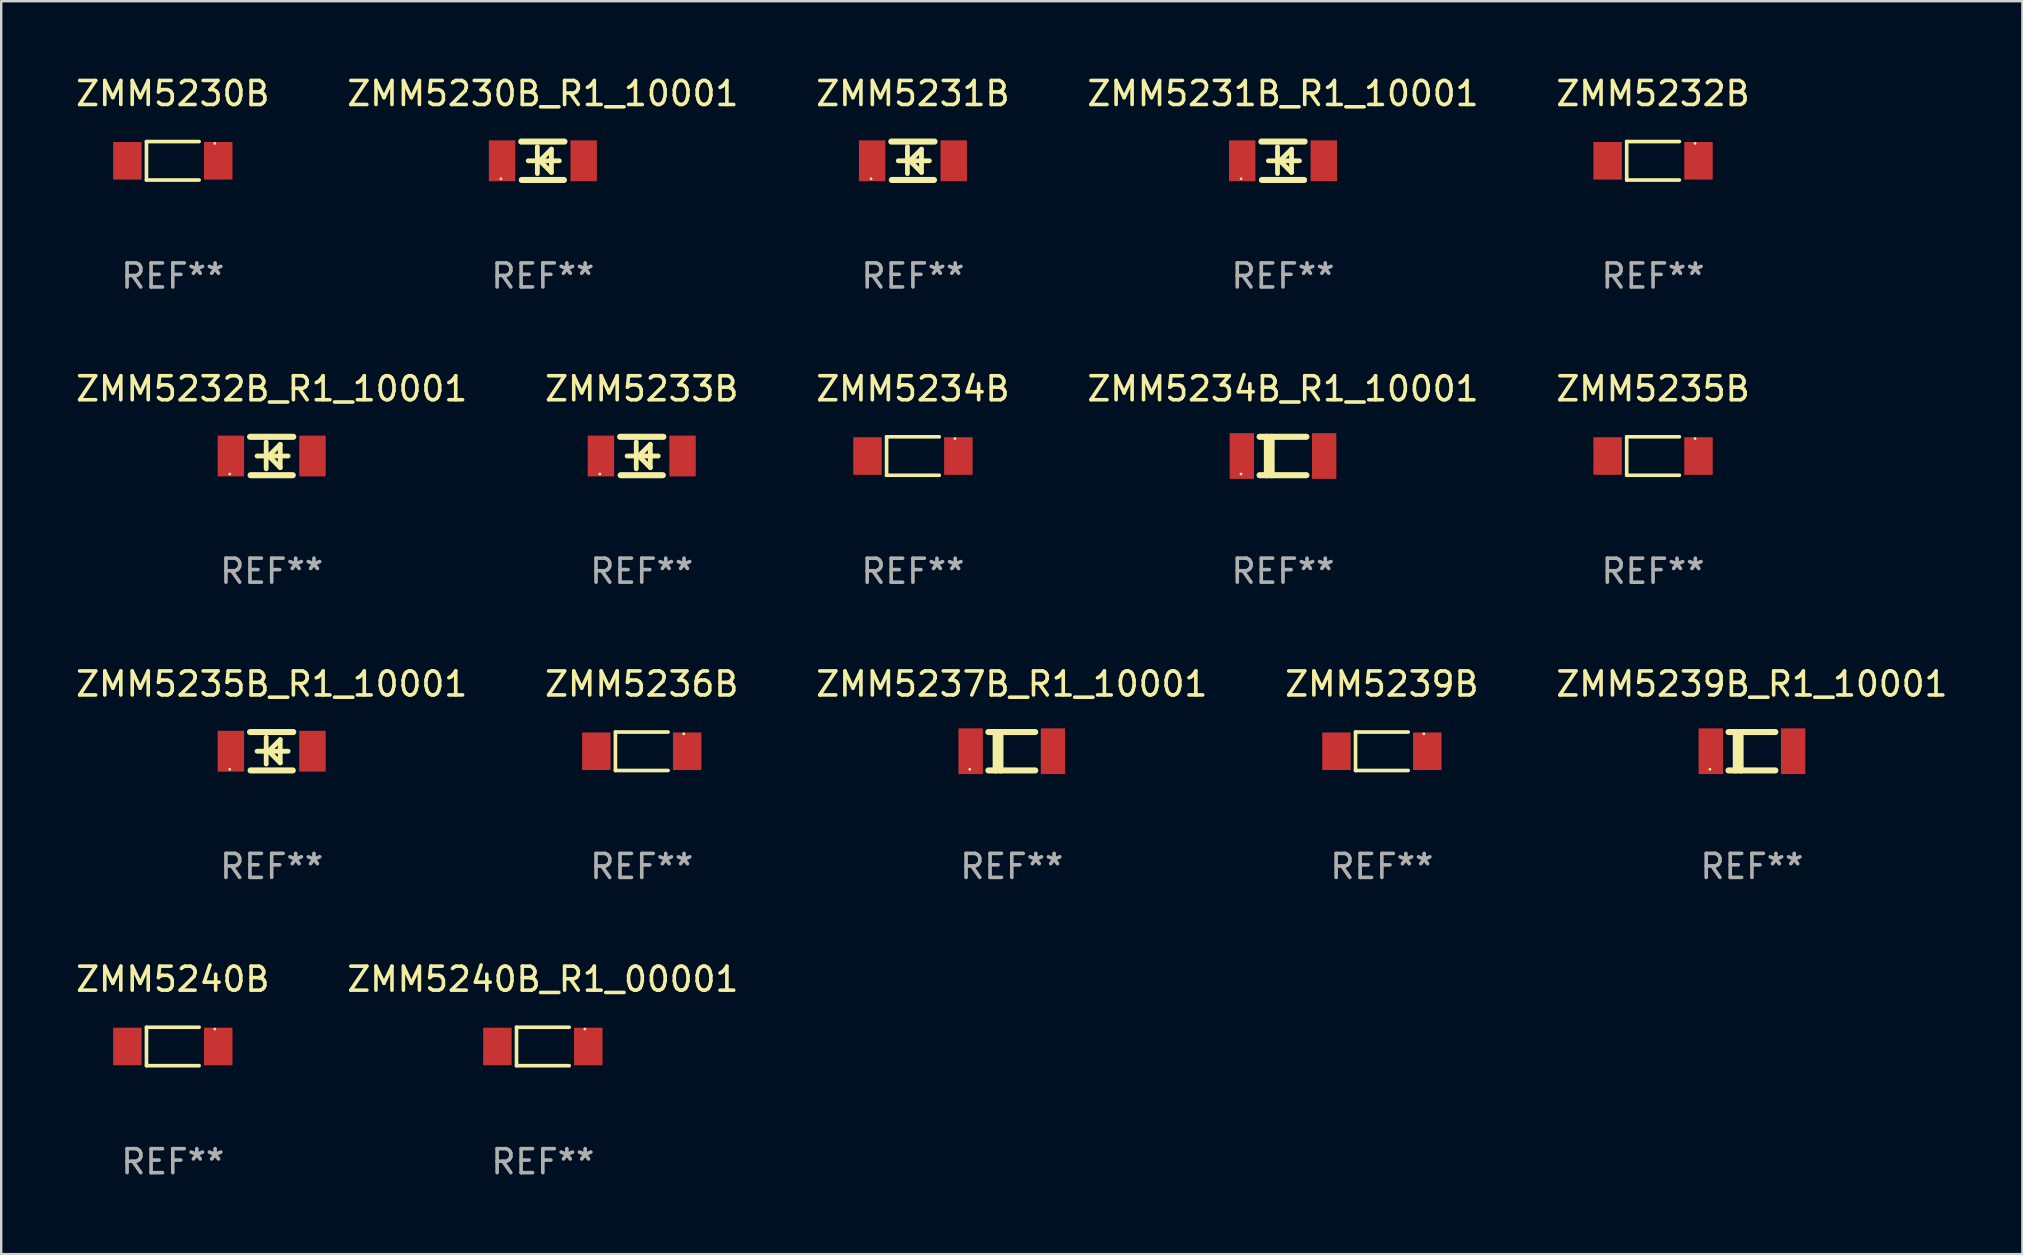
<source format=kicad_pcb>
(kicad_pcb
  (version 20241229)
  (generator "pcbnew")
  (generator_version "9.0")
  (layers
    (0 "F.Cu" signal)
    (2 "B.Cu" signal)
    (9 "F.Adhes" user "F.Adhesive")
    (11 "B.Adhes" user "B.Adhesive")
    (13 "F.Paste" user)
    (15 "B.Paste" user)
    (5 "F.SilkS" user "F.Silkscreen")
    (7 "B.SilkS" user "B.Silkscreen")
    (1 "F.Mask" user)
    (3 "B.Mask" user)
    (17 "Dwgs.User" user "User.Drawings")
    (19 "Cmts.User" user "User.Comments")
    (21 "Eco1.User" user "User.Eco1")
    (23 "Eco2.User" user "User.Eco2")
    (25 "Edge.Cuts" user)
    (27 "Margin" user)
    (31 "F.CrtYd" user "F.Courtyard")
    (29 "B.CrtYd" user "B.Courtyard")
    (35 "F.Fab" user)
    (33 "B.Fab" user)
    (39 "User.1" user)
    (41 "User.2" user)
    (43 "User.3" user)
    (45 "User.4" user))
  (footprint "ZMM5235B_R1_10001"
    (layer "F.Cu")
    (at 8.268 28.246)
    (property "Reference" "ZMM5235B_R1_10001" (at 0 -2.8 0) (layer "F.SilkS") (effects (font (size 1 1) (thickness 0.15))))
    (attr through_hole)
    (fp_line (start -0.9 -0.8) (end 0.9 -0.8) (stroke (width 0.254) (type solid)) (layer "F.SilkS"))
    (fp_line (start -0.878 0.8) (end 0.878 0.8) (stroke (width 0.254) (type solid)) (layer "F.SilkS"))
    (fp_line (start -0.61 0) (end 0.686 0) (stroke (width 0.2) (type solid)) (layer "F.SilkS"))
    (fp_line (start -0.229 -0.584) (end -0.229 0.533) (stroke (width 0.2) (type solid)) (layer "F.SilkS"))
    (fp_line (start -0.127 0) (end 0.356 -0.483) (stroke (width 0.2) (type solid)) (layer "F.SilkS"))
    (fp_line (start 0.356 -0.483) (end 0.356 0.483) (stroke (width 0.2) (type solid)) (layer "F.SilkS"))
    (fp_line (start 0.356 0.483) (end -0.102 0.025) (stroke (width 0.2) (type solid)) (layer "F.SilkS"))
    (fp_circle (center -1.746 0.75) (end -1.716 0.75) (stroke (width 0.06) (type solid)) (fill no) (layer "F.SilkS"))
    (fp_text user "REF**" (at 0 4.8 0) (layer "F.Fab") (effects (font (size 1 1) (thickness 0.15))))
    (pad "1" smd rect (at -1.7 0 180) (size 1.1 1.7) (layers "F.Cu" "F.Mask" "F.Paste"))
    (pad "2" smd rect (at 1.7 0 180) (size 1.1 1.7) (layers "F.Cu" "F.Mask" "F.Paste")))
  (footprint "ZMM5240B_R1_00001"
    (layer "F.Cu")
    (at 19.565 40.546)
    (property "Reference" "ZMM5240B_R1_00001" (at 0 -2.801 0) (layer "F.SilkS") (effects (font (size 1 1) (thickness 0.15))))
    (attr through_hole)
    (fp_line (start -1.097 -0.801) (end -1.097 0.801) (stroke (width 0.152) (type solid)) (layer "F.SilkS"))
    (fp_line (start -1.097 -0.801) (end 1.097 -0.801) (stroke (width 0.152) (type solid)) (layer "F.SilkS"))
    (fp_line (start -1.097 0.801) (end 1.097 0.801) (stroke (width 0.152) (type solid)) (layer "F.SilkS"))
    (fp_circle (center 1.75 -0.725) (end 1.78 -0.725) (stroke (width 0.06) (type solid)) (fill no) (layer "F.SilkS"))
    (fp_text user "REF**" (at 0 4.801 0) (layer "F.Fab") (effects (font (size 1 1) (thickness 0.15))))
    (pad "1" smd rect (at 1.893 0) (size 1.185 1.566) (layers "F.Cu" "F.Mask" "F.Paste"))
    (pad "2" smd rect (at -1.893 0) (size 1.185 1.566) (layers "F.Cu" "F.Mask" "F.Paste")))
  (footprint "ZMM5234B_R1_10001"
    (layer "F.Cu")
    (at 50.399 15.947)
    (property "Reference" "ZMM5234B_R1_10001" (at 0 -2.8 0) (layer "F.SilkS") (effects (font (size 1 1) (thickness 0.15))))
    (attr through_hole)
    (fp_line (start -0.975 -0.8) (end 0.975 -0.8) (stroke (width 0.254) (type solid)) (layer "F.SilkS"))
    (fp_line (start -0.975 0.8) (end 0.975 0.8) (stroke (width 0.254) (type solid)) (layer "F.SilkS"))
    (fp_line (start -0.671 -0.8) (end -0.671 0.8) (stroke (width 0.254) (type solid)) (layer "F.SilkS"))
    (fp_line (start -0.474 -0.8) (end -0.474 0.8) (stroke (width 0.254) (type solid)) (layer "F.SilkS"))
    (fp_circle (center -1.75 0.75) (end -1.72 0.75) (stroke (width 0.06) (type solid)) (fill no) (layer "F.SilkS"))
    (fp_text user "REF**" (at 0 4.8 0) (layer "F.Fab") (effects (font (size 1 1) (thickness 0.15))))
    (pad "1" smd rect (at -1.715 0 180) (size 1.016 1.905) (layers "F.Cu" "F.Mask" "F.Paste"))
    (pad "2" smd rect (at 1.715 0 180) (size 1.016 1.905) (layers "F.Cu" "F.Mask" "F.Paste")))
  (footprint "ZMM5234B"
    (layer "F.Cu")
    (at 34.982 15.948)
    (property "Reference" "ZMM5234B" (at 0 -2.801 0) (layer "F.SilkS") (effects (font (size 1 1) (thickness 0.15))))
    (attr through_hole)
    (fp_line (start -1.097 -0.801) (end -1.097 0.801) (stroke (width 0.152) (type solid)) (layer "F.SilkS"))
    (fp_line (start -1.097 -0.801) (end 1.097 -0.801) (stroke (width 0.152) (type solid)) (layer "F.SilkS"))
    (fp_line (start -1.097 0.801) (end 1.097 0.801) (stroke (width 0.152) (type solid)) (layer "F.SilkS"))
    (fp_circle (center 1.75 -0.725) (end 1.78 -0.725) (stroke (width 0.06) (type solid)) (fill no) (layer "F.SilkS"))
    (fp_text user "REF**" (at 0 4.801 0) (layer "F.Fab") (effects (font (size 1 1) (thickness 0.15))))
    (pad "1" smd rect (at 1.893 0) (size 1.185 1.566) (layers "F.Cu" "F.Mask" "F.Paste"))
    (pad "2" smd rect (at -1.893 0) (size 1.185 1.566) (layers "F.Cu" "F.Mask" "F.Paste")))
  (footprint "ZMM5231B"
    (layer "F.Cu")
    (at 34.982 3.648)
    (property "Reference" "ZMM5231B" (at 0 -2.8 0) (layer "F.SilkS") (effects (font (size 1 1) (thickness 0.15))))
    (attr through_hole)
    (fp_line (start -0.9 -0.8) (end 0.9 -0.8) (stroke (width 0.254) (type solid)) (layer "F.SilkS"))
    (fp_line (start -0.878 0.8) (end 0.878 0.8) (stroke (width 0.254) (type solid)) (layer "F.SilkS"))
    (fp_line (start -0.61 0) (end 0.686 0) (stroke (width 0.2) (type solid)) (layer "F.SilkS"))
    (fp_line (start -0.229 -0.584) (end -0.229 0.533) (stroke (width 0.2) (type solid)) (layer "F.SilkS"))
    (fp_line (start -0.127 0) (end 0.356 -0.483) (stroke (width 0.2) (type solid)) (layer "F.SilkS"))
    (fp_line (start 0.356 -0.483) (end 0.356 0.483) (stroke (width 0.2) (type solid)) (layer "F.SilkS"))
    (fp_line (start 0.356 0.483) (end -0.102 0.025) (stroke (width 0.2) (type solid)) (layer "F.SilkS"))
    (fp_circle (center -1.746 0.75) (end -1.716 0.75) (stroke (width 0.06) (type solid)) (fill no) (layer "F.SilkS"))
    (fp_text user "REF**" (at 0 4.8 0) (layer "F.Fab") (effects (font (size 1 1) (thickness 0.15))))
    (pad "1" smd rect (at -1.7 0 180) (size 1.1 1.7) (layers "F.Cu" "F.Mask" "F.Paste"))
    (pad "2" smd rect (at 1.7 0 180) (size 1.1 1.7) (layers "F.Cu" "F.Mask" "F.Paste")))
  (footprint "ZMM5233B"
    (layer "F.Cu")
    (at 23.685 15.947)
    (property "Reference" "ZMM5233B" (at 0 -2.8 0) (layer "F.SilkS") (effects (font (size 1 1) (thickness 0.15))))
    (attr through_hole)
    (fp_line (start -0.9 -0.8) (end 0.9 -0.8) (stroke (width 0.254) (type solid)) (layer "F.SilkS"))
    (fp_line (start -0.878 0.8) (end 0.878 0.8) (stroke (width 0.254) (type solid)) (layer "F.SilkS"))
    (fp_line (start -0.61 0) (end 0.686 0) (stroke (width 0.2) (type solid)) (layer "F.SilkS"))
    (fp_line (start -0.229 -0.584) (end -0.229 0.533) (stroke (width 0.2) (type solid)) (layer "F.SilkS"))
    (fp_line (start -0.127 0) (end 0.356 -0.483) (stroke (width 0.2) (type solid)) (layer "F.SilkS"))
    (fp_line (start 0.356 -0.483) (end 0.356 0.483) (stroke (width 0.2) (type solid)) (layer "F.SilkS"))
    (fp_line (start 0.356 0.483) (end -0.102 0.025) (stroke (width 0.2) (type solid)) (layer "F.SilkS"))
    (fp_circle (center -1.746 0.75) (end -1.716 0.75) (stroke (width 0.06) (type solid)) (fill no) (layer "F.SilkS"))
    (fp_text user "REF**" (at 0 4.8 0) (layer "F.Fab") (effects (font (size 1 1) (thickness 0.15))))
    (pad "1" smd rect (at -1.7 0 180) (size 1.1 1.7) (layers "F.Cu" "F.Mask" "F.Paste"))
    (pad "2" smd rect (at 1.7 0 180) (size 1.1 1.7) (layers "F.Cu" "F.Mask" "F.Paste")))
  (footprint "ZMM5231B_R1_10001"
    (layer "F.Cu")
    (at 50.399 3.648)
    (property "Reference" "ZMM5231B_R1_10001" (at 0 -2.8 0) (layer "F.SilkS") (effects (font (size 1 1) (thickness 0.15))))
    (attr through_hole)
    (fp_line (start -0.9 -0.8) (end 0.9 -0.8) (stroke (width 0.254) (type solid)) (layer "F.SilkS"))
    (fp_line (start -0.878 0.8) (end 0.878 0.8) (stroke (width 0.254) (type solid)) (layer "F.SilkS"))
    (fp_line (start -0.61 0) (end 0.686 0) (stroke (width 0.2) (type solid)) (layer "F.SilkS"))
    (fp_line (start -0.229 -0.584) (end -0.229 0.533) (stroke (width 0.2) (type solid)) (layer "F.SilkS"))
    (fp_line (start -0.127 0) (end 0.356 -0.483) (stroke (width 0.2) (type solid)) (layer "F.SilkS"))
    (fp_line (start 0.356 -0.483) (end 0.356 0.483) (stroke (width 0.2) (type solid)) (layer "F.SilkS"))
    (fp_line (start 0.356 0.483) (end -0.102 0.025) (stroke (width 0.2) (type solid)) (layer "F.SilkS"))
    (fp_circle (center -1.746 0.75) (end -1.716 0.75) (stroke (width 0.06) (type solid)) (fill no) (layer "F.SilkS"))
    (fp_text user "REF**" (at 0 4.8 0) (layer "F.Fab") (effects (font (size 1 1) (thickness 0.15))))
    (pad "1" smd rect (at -1.7 0 180) (size 1.1 1.7) (layers "F.Cu" "F.Mask" "F.Paste"))
    (pad "2" smd rect (at 1.7 0 180) (size 1.1 1.7) (layers "F.Cu" "F.Mask" "F.Paste")))
  (footprint "ZMM5240B"
    (layer "F.Cu")
    (at 4.149 40.546)
    (property "Reference" "ZMM5240B" (at 0 -2.801 0) (layer "F.SilkS") (effects (font (size 1 1) (thickness 0.15))))
    (attr through_hole)
    (fp_line (start -1.097 -0.801) (end -1.097 0.801) (stroke (width 0.152) (type solid)) (layer "F.SilkS"))
    (fp_line (start -1.097 -0.801) (end 1.097 -0.801) (stroke (width 0.152) (type solid)) (layer "F.SilkS"))
    (fp_line (start -1.097 0.801) (end 1.097 0.801) (stroke (width 0.152) (type solid)) (layer "F.SilkS"))
    (fp_circle (center 1.75 -0.725) (end 1.78 -0.725) (stroke (width 0.06) (type solid)) (fill no) (layer "F.SilkS"))
    (fp_text user "REF**" (at 0 4.801 0) (layer "F.Fab") (effects (font (size 1 1) (thickness 0.15))))
    (pad "1" smd rect (at 1.893 0) (size 1.185 1.566) (layers "F.Cu" "F.Mask" "F.Paste"))
    (pad "2" smd rect (at -1.893 0) (size 1.185 1.566) (layers "F.Cu" "F.Mask" "F.Paste")))
  (footprint "ZMM5235B"
    (layer "F.Cu")
    (at 65.815 15.948)
    (property "Reference" "ZMM5235B" (at 0 -2.801 0) (layer "F.SilkS") (effects (font (size 1 1) (thickness 0.15))))
    (attr through_hole)
    (fp_line (start -1.097 -0.801) (end -1.097 0.801) (stroke (width 0.152) (type solid)) (layer "F.SilkS"))
    (fp_line (start -1.097 -0.801) (end 1.097 -0.801) (stroke (width 0.152) (type solid)) (layer "F.SilkS"))
    (fp_line (start -1.097 0.801) (end 1.097 0.801) (stroke (width 0.152) (type solid)) (layer "F.SilkS"))
    (fp_circle (center 1.75 -0.725) (end 1.78 -0.725) (stroke (width 0.06) (type solid)) (fill no) (layer "F.SilkS"))
    (fp_text user "REF**" (at 0 4.801 0) (layer "F.Fab") (effects (font (size 1 1) (thickness 0.15))))
    (pad "1" smd rect (at 1.893 0) (size 1.185 1.566) (layers "F.Cu" "F.Mask" "F.Paste"))
    (pad "2" smd rect (at -1.893 0) (size 1.185 1.566) (layers "F.Cu" "F.Mask" "F.Paste")))
  (footprint "ZMM5239B_R1_10001"
    (layer "F.Cu")
    (at 69.935 28.246)
    (property "Reference" "ZMM5239B_R1_10001" (at 0 -2.8 0) (layer "F.SilkS") (effects (font (size 1 1) (thickness 0.15))))
    (attr through_hole)
    (fp_line (start -0.975 -0.8) (end 0.975 -0.8) (stroke (width 0.254) (type solid)) (layer "F.SilkS"))
    (fp_line (start -0.975 0.8) (end 0.975 0.8) (stroke (width 0.254) (type solid)) (layer "F.SilkS"))
    (fp_line (start -0.671 -0.8) (end -0.671 0.8) (stroke (width 0.254) (type solid)) (layer "F.SilkS"))
    (fp_line (start -0.474 -0.8) (end -0.474 0.8) (stroke (width 0.254) (type solid)) (layer "F.SilkS"))
    (fp_circle (center -1.75 0.75) (end -1.72 0.75) (stroke (width 0.06) (type solid)) (fill no) (layer "F.SilkS"))
    (fp_text user "REF**" (at 0 4.8 0) (layer "F.Fab") (effects (font (size 1 1) (thickness 0.15))))
    (pad "1" smd rect (at -1.715 0 180) (size 1.016 1.905) (layers "F.Cu" "F.Mask" "F.Paste"))
    (pad "2" smd rect (at 1.715 0 180) (size 1.016 1.905) (layers "F.Cu" "F.Mask" "F.Paste")))
  (footprint "ZMM5237B_R1_10001"
    (layer "F.Cu")
    (at 39.101 28.246)
    (property "Reference" "ZMM5237B_R1_10001" (at 0 -2.8 0) (layer "F.SilkS") (effects (font (size 1 1) (thickness 0.15))))
    (attr through_hole)
    (fp_line (start -0.975 -0.8) (end 0.975 -0.8) (stroke (width 0.254) (type solid)) (layer "F.SilkS"))
    (fp_line (start -0.975 0.8) (end 0.975 0.8) (stroke (width 0.254) (type solid)) (layer "F.SilkS"))
    (fp_line (start -0.671 -0.8) (end -0.671 0.8) (stroke (width 0.254) (type solid)) (layer "F.SilkS"))
    (fp_line (start -0.474 -0.8) (end -0.474 0.8) (stroke (width 0.254) (type solid)) (layer "F.SilkS"))
    (fp_circle (center -1.75 0.75) (end -1.72 0.75) (stroke (width 0.06) (type solid)) (fill no) (layer "F.SilkS"))
    (fp_text user "REF**" (at 0 4.8 0) (layer "F.Fab") (effects (font (size 1 1) (thickness 0.15))))
    (pad "1" smd rect (at -1.715 0 180) (size 1.016 1.905) (layers "F.Cu" "F.Mask" "F.Paste"))
    (pad "2" smd rect (at 1.715 0 180) (size 1.016 1.905) (layers "F.Cu" "F.Mask" "F.Paste")))
  (footprint "ZMM5232B"
    (layer "F.Cu")
    (at 65.815 3.649)
    (property "Reference" "ZMM5232B" (at 0 -2.801 0) (layer "F.SilkS") (effects (font (size 1 1) (thickness 0.15))))
    (attr through_hole)
    (fp_line (start -1.097 -0.801) (end -1.097 0.801) (stroke (width 0.152) (type solid)) (layer "F.SilkS"))
    (fp_line (start -1.097 -0.801) (end 1.097 -0.801) (stroke (width 0.152) (type solid)) (layer "F.SilkS"))
    (fp_line (start -1.097 0.801) (end 1.097 0.801) (stroke (width 0.152) (type solid)) (layer "F.SilkS"))
    (fp_circle (center 1.75 -0.725) (end 1.78 -0.725) (stroke (width 0.06) (type solid)) (fill no) (layer "F.SilkS"))
    (fp_text user "REF**" (at 0 4.801 0) (layer "F.Fab") (effects (font (size 1 1) (thickness 0.15))))
    (pad "1" smd rect (at 1.893 0) (size 1.185 1.566) (layers "F.Cu" "F.Mask" "F.Paste"))
    (pad "2" smd rect (at -1.893 0) (size 1.185 1.566) (layers "F.Cu" "F.Mask" "F.Paste")))
  (footprint "ZMM5230B"
    (layer "F.Cu")
    (at 4.149 3.649)
    (property "Reference" "ZMM5230B" (at 0 -2.801 0) (layer "F.SilkS") (effects (font (size 1 1) (thickness 0.15))))
    (attr through_hole)
    (fp_line (start -1.097 -0.801) (end -1.097 0.801) (stroke (width 0.152) (type solid)) (layer "F.SilkS"))
    (fp_line (start -1.097 -0.801) (end 1.097 -0.801) (stroke (width 0.152) (type solid)) (layer "F.SilkS"))
    (fp_line (start -1.097 0.801) (end 1.097 0.801) (stroke (width 0.152) (type solid)) (layer "F.SilkS"))
    (fp_circle (center 1.75 -0.725) (end 1.78 -0.725) (stroke (width 0.06) (type solid)) (fill no) (layer "F.SilkS"))
    (fp_text user "REF**" (at 0 4.801 0) (layer "F.Fab") (effects (font (size 1 1) (thickness 0.15))))
    (pad "1" smd rect (at 1.893 0) (size 1.185 1.566) (layers "F.Cu" "F.Mask" "F.Paste"))
    (pad "2" smd rect (at -1.893 0) (size 1.185 1.566) (layers "F.Cu" "F.Mask" "F.Paste")))
  (footprint "ZMM5230B_R1_10001"
    (layer "F.Cu")
    (at 19.565 3.648)
    (property "Reference" "ZMM5230B_R1_10001" (at 0 -2.8 0) (layer "F.SilkS") (effects (font (size 1 1) (thickness 0.15))))
    (attr through_hole)
    (fp_line (start -0.9 -0.8) (end 0.9 -0.8) (stroke (width 0.254) (type solid)) (layer "F.SilkS"))
    (fp_line (start -0.878 0.8) (end 0.878 0.8) (stroke (width 0.254) (type solid)) (layer "F.SilkS"))
    (fp_line (start -0.61 0) (end 0.686 0) (stroke (width 0.2) (type solid)) (layer "F.SilkS"))
    (fp_line (start -0.229 -0.584) (end -0.229 0.533) (stroke (width 0.2) (type solid)) (layer "F.SilkS"))
    (fp_line (start -0.127 0) (end 0.356 -0.483) (stroke (width 0.2) (type solid)) (layer "F.SilkS"))
    (fp_line (start 0.356 -0.483) (end 0.356 0.483) (stroke (width 0.2) (type solid)) (layer "F.SilkS"))
    (fp_line (start 0.356 0.483) (end -0.102 0.025) (stroke (width 0.2) (type solid)) (layer "F.SilkS"))
    (fp_circle (center -1.746 0.75) (end -1.716 0.75) (stroke (width 0.06) (type solid)) (fill no) (layer "F.SilkS"))
    (fp_text user "REF**" (at 0 4.8 0) (layer "F.Fab") (effects (font (size 1 1) (thickness 0.15))))
    (pad "1" smd rect (at -1.7 0 180) (size 1.1 1.7) (layers "F.Cu" "F.Mask" "F.Paste"))
    (pad "2" smd rect (at 1.7 0 180) (size 1.1 1.7) (layers "F.Cu" "F.Mask" "F.Paste")))
  (footprint "ZMM5232B_R1_10001"
    (layer "F.Cu")
    (at 8.268 15.947)
    (property "Reference" "ZMM5232B_R1_10001" (at 0 -2.8 0) (layer "F.SilkS") (effects (font (size 1 1) (thickness 0.15))))
    (attr through_hole)
    (fp_line (start -0.9 -0.8) (end 0.9 -0.8) (stroke (width 0.254) (type solid)) (layer "F.SilkS"))
    (fp_line (start -0.878 0.8) (end 0.878 0.8) (stroke (width 0.254) (type solid)) (layer "F.SilkS"))
    (fp_line (start -0.61 0) (end 0.686 0) (stroke (width 0.2) (type solid)) (layer "F.SilkS"))
    (fp_line (start -0.229 -0.584) (end -0.229 0.533) (stroke (width 0.2) (type solid)) (layer "F.SilkS"))
    (fp_line (start -0.127 0) (end 0.356 -0.483) (stroke (width 0.2) (type solid)) (layer "F.SilkS"))
    (fp_line (start 0.356 -0.483) (end 0.356 0.483) (stroke (width 0.2) (type solid)) (layer "F.SilkS"))
    (fp_line (start 0.356 0.483) (end -0.102 0.025) (stroke (width 0.2) (type solid)) (layer "F.SilkS"))
    (fp_circle (center -1.746 0.75) (end -1.716 0.75) (stroke (width 0.06) (type solid)) (fill no) (layer "F.SilkS"))
    (fp_text user "REF**" (at 0 4.8 0) (layer "F.Fab") (effects (font (size 1 1) (thickness 0.15))))
    (pad "1" smd rect (at -1.7 0 180) (size 1.1 1.7) (layers "F.Cu" "F.Mask" "F.Paste"))
    (pad "2" smd rect (at 1.7 0 180) (size 1.1 1.7) (layers "F.Cu" "F.Mask" "F.Paste")))
  (footprint "ZMM5236B"
    (layer "F.Cu")
    (at 23.685 28.247)
    (property "Reference" "ZMM5236B" (at 0 -2.801 0) (layer "F.SilkS") (effects (font (size 1 1) (thickness 0.15))))
    (attr through_hole)
    (fp_line (start -1.097 -0.801) (end -1.097 0.801) (stroke (width 0.152) (type solid)) (layer "F.SilkS"))
    (fp_line (start -1.097 -0.801) (end 1.097 -0.801) (stroke (width 0.152) (type solid)) (layer "F.SilkS"))
    (fp_line (start -1.097 0.801) (end 1.097 0.801) (stroke (width 0.152) (type solid)) (layer "F.SilkS"))
    (fp_circle (center 1.75 -0.725) (end 1.78 -0.725) (stroke (width 0.06) (type solid)) (fill no) (layer "F.SilkS"))
    (fp_text user "REF**" (at 0 4.801 0) (layer "F.Fab") (effects (font (size 1 1) (thickness 0.15))))
    (pad "1" smd rect (at 1.893 0) (size 1.185 1.566) (layers "F.Cu" "F.Mask" "F.Paste"))
    (pad "2" smd rect (at -1.893 0) (size 1.185 1.566) (layers "F.Cu" "F.Mask" "F.Paste")))
  (footprint "ZMM5239B"
    (layer "F.Cu")
    (at 54.518 28.247)
    (property "Reference" "ZMM5239B" (at 0 -2.801 0) (layer "F.SilkS") (effects (font (size 1 1) (thickness 0.15))))
    (attr through_hole)
    (fp_line (start -1.097 -0.801) (end -1.097 0.801) (stroke (width 0.152) (type solid)) (layer "F.SilkS"))
    (fp_line (start -1.097 -0.801) (end 1.097 -0.801) (stroke (width 0.152) (type solid)) (layer "F.SilkS"))
    (fp_line (start -1.097 0.801) (end 1.097 0.801) (stroke (width 0.152) (type solid)) (layer "F.SilkS"))
    (fp_circle (center 1.75 -0.725) (end 1.78 -0.725) (stroke (width 0.06) (type solid)) (fill no) (layer "F.SilkS"))
    (fp_text user "REF**" (at 0 4.801 0) (layer "F.Fab") (effects (font (size 1 1) (thickness 0.15))))
    (pad "1" smd rect (at 1.893 0) (size 1.185 1.566) (layers "F.Cu" "F.Mask" "F.Paste"))
    (pad "2" smd rect (at -1.893 0) (size 1.185 1.566) (layers "F.Cu" "F.Mask" "F.Paste")))
  (gr_rect
    (start -3 -3)
    (end 81.202 49.196)
    (stroke (width 0.1) (type default))
    (fill no)
    (layer "Edge.Cuts")))
</source>
